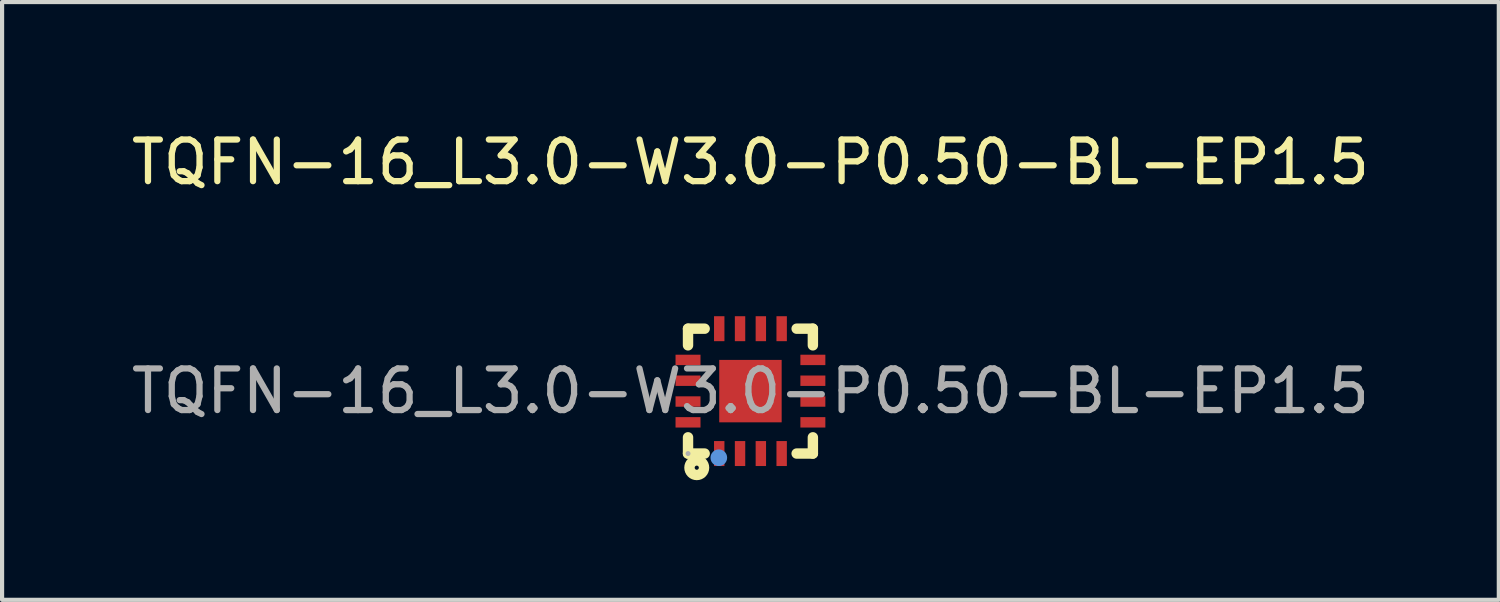
<source format=kicad_pcb>
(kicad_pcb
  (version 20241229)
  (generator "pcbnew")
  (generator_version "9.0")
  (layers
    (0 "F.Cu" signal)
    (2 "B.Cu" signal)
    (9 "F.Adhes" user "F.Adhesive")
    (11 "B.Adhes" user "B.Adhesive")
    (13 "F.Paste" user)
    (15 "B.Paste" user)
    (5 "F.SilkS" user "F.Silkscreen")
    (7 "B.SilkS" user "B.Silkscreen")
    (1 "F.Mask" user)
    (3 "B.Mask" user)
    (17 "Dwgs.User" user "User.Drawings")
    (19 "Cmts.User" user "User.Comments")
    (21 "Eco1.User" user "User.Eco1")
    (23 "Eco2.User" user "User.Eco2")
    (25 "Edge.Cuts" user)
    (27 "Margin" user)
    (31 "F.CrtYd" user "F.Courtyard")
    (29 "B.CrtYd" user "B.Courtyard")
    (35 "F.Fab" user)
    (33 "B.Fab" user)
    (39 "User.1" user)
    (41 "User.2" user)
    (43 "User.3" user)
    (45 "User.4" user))
  (footprint "TQFN-16_L3.0-W3.0-P0.50-BL-EP1.5"
    (layer "F.Cu")
    (at 14.982 6.348)
    (property "Reference" "TQFN-16_L3.0-W3.0-P0.50-BL-EP1.5" (at 0 -5.5 0) (layer "F.SilkS") (effects (font (size 1 1) (thickness 0.15))))
    (attr smd)
    (fp_line (start -1.5 -1.5) (end -1.5 -1.1) (stroke (width 0.25) (type solid)) (layer "F.SilkS"))
    (fp_line (start -1.5 -1.5) (end -1.1 -1.5) (stroke (width 0.25) (type solid)) (layer "F.SilkS"))
    (fp_line (start -1.5 1.11) (end -1.5 1.5) (stroke (width 0.25) (type solid)) (layer "F.SilkS"))
    (fp_line (start -1.5 1.5) (end -1.1 1.5) (stroke (width 0.25) (type solid)) (layer "F.SilkS"))
    (fp_line (start 1.11 -1.5) (end 1.5 -1.5) (stroke (width 0.25) (type solid)) (layer "F.SilkS"))
    (fp_line (start 1.11 1.5) (end 1.5 1.5) (stroke (width 0.25) (type solid)) (layer "F.SilkS"))
    (fp_line (start 1.5 -1.1) (end 1.5 -1.5) (stroke (width 0.25) (type solid)) (layer "F.SilkS"))
    (fp_line (start 1.5 1.5) (end 1.5 1.11) (stroke (width 0.25) (type solid)) (layer "F.SilkS"))
    (fp_circle (center -1.29 1.84) (end -1.24 1.84) (stroke (width 0.25) (type solid)) (fill no) (layer "F.SilkS"))
    (fp_circle (center -0.76 1.6) (end -0.66 1.6) (stroke (width 0.2) (type solid)) (fill no) (layer "Cmts.User"))
    (fp_circle (center -1.5 1.5) (end -1.47 1.5) (stroke (width 0.06) (type solid)) (fill no) (layer "F.Fab"))
    (fp_text user "${REFERENCE}" (at 0 0 0) (layer "F.Fab") (effects (font (size 1 1) (thickness 0.15))))
    (pad "1" smd rect (at -0.75 1.5 180) (size 0.25 0.6) (layers "F.Cu" "F.Mask" "F.Paste"))
    (pad "2" smd rect (at -0.25 1.5 180) (size 0.25 0.6) (layers "F.Cu" "F.Mask" "F.Paste"))
    (pad "3" smd rect (at 0.25 1.5 180) (size 0.25 0.6) (layers "F.Cu" "F.Mask" "F.Paste"))
    (pad "4" smd rect (at 0.75 1.5 180) (size 0.25 0.6) (layers "F.Cu" "F.Mask" "F.Paste"))
    (pad "5" smd rect (at 1.5 0.75 270) (size 0.25 0.6) (layers "F.Cu" "F.Mask" "F.Paste"))
    (pad "6" smd rect (at 1.5 0.25 270) (size 0.25 0.6) (layers "F.Cu" "F.Mask" "F.Paste"))
    (pad "7" smd rect (at 1.5 -0.25 270) (size 0.25 0.6) (layers "F.Cu" "F.Mask" "F.Paste"))
    (pad "8" smd rect (at 1.5 -0.75 270) (size 0.25 0.6) (layers "F.Cu" "F.Mask" "F.Paste"))
    (pad "9" smd rect (at 0.75 -1.5) (size 0.25 0.6) (layers "F.Cu" "F.Mask" "F.Paste"))
    (pad "10" smd rect (at 0.25 -1.5) (size 0.25 0.6) (layers "F.Cu" "F.Mask" "F.Paste"))
    (pad "11" smd rect (at -0.25 -1.5) (size 0.25 0.6) (layers "F.Cu" "F.Mask" "F.Paste"))
    (pad "12" smd rect (at -0.75 -1.5) (size 0.25 0.6) (layers "F.Cu" "F.Mask" "F.Paste"))
    (pad "13" smd rect (at -1.5 -0.75 90) (size 0.25 0.6) (layers "F.Cu" "F.Mask" "F.Paste"))
    (pad "14" smd rect (at -1.5 -0.25 90) (size 0.25 0.6) (layers "F.Cu" "F.Mask" "F.Paste"))
    (pad "15" smd rect (at -1.5 0.25 90) (size 0.25 0.6) (layers "F.Cu" "F.Mask" "F.Paste"))
    (pad "16" smd rect (at -1.5 0.75 90) (size 0.25 0.6) (layers "F.Cu" "F.Mask" "F.Paste"))
    (pad "17" smd rect (at 0 0 90) (size 1.5 1.5) (layers "F.Cu" "F.Mask" "F.Paste")))
  (gr_rect
    (start -3 -3)
    (end 32.964 11.363)
    (stroke (width 0.1) (type default))
    (fill no)
    (layer "Edge.Cuts")))
</source>
